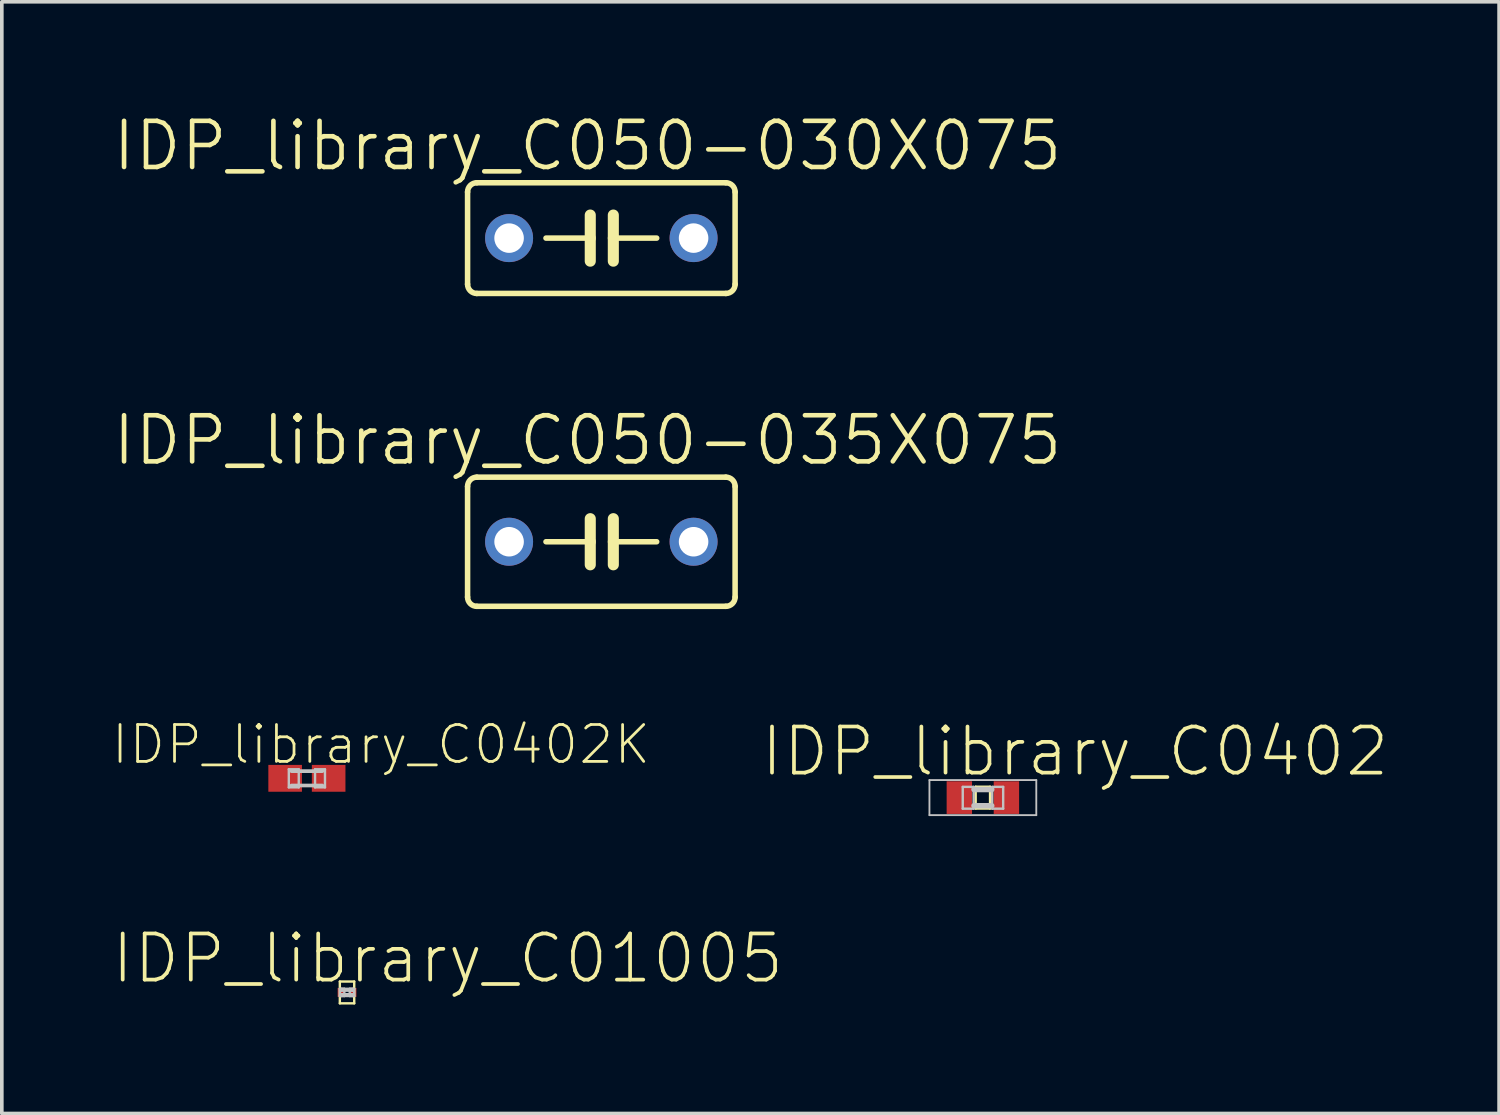
<source format=kicad_pcb>
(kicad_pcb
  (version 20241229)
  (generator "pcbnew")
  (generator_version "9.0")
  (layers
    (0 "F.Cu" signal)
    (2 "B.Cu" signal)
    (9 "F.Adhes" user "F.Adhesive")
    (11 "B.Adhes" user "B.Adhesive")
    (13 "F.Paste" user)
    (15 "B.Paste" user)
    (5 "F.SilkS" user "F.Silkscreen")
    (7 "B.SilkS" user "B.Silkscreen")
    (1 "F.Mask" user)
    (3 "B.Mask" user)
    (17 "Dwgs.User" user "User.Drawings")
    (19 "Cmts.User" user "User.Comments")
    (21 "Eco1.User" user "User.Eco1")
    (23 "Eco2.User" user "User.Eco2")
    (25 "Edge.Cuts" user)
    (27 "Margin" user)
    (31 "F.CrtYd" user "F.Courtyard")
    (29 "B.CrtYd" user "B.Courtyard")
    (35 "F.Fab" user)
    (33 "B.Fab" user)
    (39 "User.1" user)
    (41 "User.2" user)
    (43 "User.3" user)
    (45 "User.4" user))
  (footprint "IDP_library_C050-030X075"
    (layer "F.Cu")
    (at 13.507 3.506)
    (property "Reference" "IDP_library_C050-030X075" (at -0.381 -2.54 0) (layer "F.SilkS") (effects (font (size 1.27 1.27) (thickness 0.127))))
    (attr exclude_from_pos_files exclude_from_bom)
    (fp_line (start -3.683 -1.27) (end -3.683 1.27) (stroke (width 0.152) (type solid)) (layer "F.SilkS"))
    (fp_line (start -3.429 1.524) (end 3.429 1.524) (stroke (width 0.152) (type solid)) (layer "F.SilkS"))
    (fp_line (start -0.305 -0.635) (end -0.305 0) (stroke (width 0.305) (type solid)) (layer "F.SilkS"))
    (fp_line (start -0.305 0) (end -1.524 0) (stroke (width 0.152) (type solid)) (layer "F.SilkS"))
    (fp_line (start -0.305 0) (end -0.305 0.635) (stroke (width 0.305) (type solid)) (layer "F.SilkS"))
    (fp_line (start 0.33 -0.635) (end 0.33 0) (stroke (width 0.305) (type solid)) (layer "F.SilkS"))
    (fp_line (start 0.33 0) (end 0.33 0.635) (stroke (width 0.305) (type solid)) (layer "F.SilkS"))
    (fp_line (start 0.33 0) (end 1.524 0) (stroke (width 0.152) (type solid)) (layer "F.SilkS"))
    (fp_line (start 3.429 -1.524) (end -3.429 -1.524) (stroke (width 0.152) (type solid)) (layer "F.SilkS"))
    (fp_line (start 3.683 1.27) (end 3.683 -1.27) (stroke (width 0.152) (type solid)) (layer "F.SilkS"))
    (fp_arc (start -3.683 -1.27) (mid -3.608605 -1.449605) (end -3.429 -1.524) (stroke (width 0.1524) (type solid)) (layer "F.SilkS"))
    (fp_arc (start -3.429 1.524) (mid -3.608605 1.449605) (end -3.683 1.27) (stroke (width 0.1524) (type solid)) (layer "F.SilkS"))
    (fp_arc (start 3.429 -1.524) (mid 3.608605 -1.449605) (end 3.683 -1.27) (stroke (width 0.1524) (type solid)) (layer "F.SilkS"))
    (fp_arc (start 3.683 1.27) (mid 3.608605 1.449605) (end 3.429 1.524) (stroke (width 0.1524) (type solid)) (layer "F.SilkS"))
    (pad "1" thru_hole circle (at -2.54 0) (size 1.321 1.321) (drill 0.813) (layers "*.Cu" "*.Paste" "*.Mask"))
    (pad "2" thru_hole circle (at 2.54 0) (size 1.321 1.321) (drill 0.813) (layers "*.Cu" "*.Paste" "*.Mask")))
  (footprint "IDP_library_C0402K"
    (layer "F.Cu")
    (at 5.4 18.38)
    (property "Reference" "IDP_library_C0402K" (at 2.04 -0.932 0) (layer "F.SilkS") (effects (font (size 1.016 1.016) (thickness 0.076))))
    (attr smd)
    (fp_line (start -0.498 -0.249) (end -0.224 -0.249) (stroke (width 0.066) (type solid)) (layer "Dwgs.User"))
    (fp_line (start -0.498 0.249) (end -0.498 -0.249) (stroke (width 0.066) (type solid)) (layer "Dwgs.User"))
    (fp_line (start -0.498 0.249) (end -0.224 0.249) (stroke (width 0.066) (type solid)) (layer "Dwgs.User"))
    (fp_line (start -0.424 -0.198) (end 0.424 -0.198) (stroke (width 0.102) (type solid)) (layer "Dwgs.User"))
    (fp_line (start -0.224 0.249) (end -0.224 -0.249) (stroke (width 0.066) (type solid)) (layer "Dwgs.User"))
    (fp_line (start 0.224 -0.249) (end 0.498 -0.249) (stroke (width 0.066) (type solid)) (layer "Dwgs.User"))
    (fp_line (start 0.224 0.249) (end 0.224 -0.249) (stroke (width 0.066) (type solid)) (layer "Dwgs.User"))
    (fp_line (start 0.224 0.249) (end 0.498 0.249) (stroke (width 0.066) (type solid)) (layer "Dwgs.User"))
    (fp_line (start 0.424 0.198) (end -0.424 0.198) (stroke (width 0.102) (type solid)) (layer "Dwgs.User"))
    (fp_line (start 0.498 0.249) (end 0.498 -0.249) (stroke (width 0.066) (type solid)) (layer "Dwgs.User"))
    (pad "1" smd rect (at -0.599 0) (size 0.925 0.739) (layers "F.Cu" "F.Mask" "F.Paste"))
    (pad "2" smd rect (at 0.599 0) (size 0.925 0.739) (layers "F.Cu" "F.Mask" "F.Paste")))
  (footprint "IDP_library_C050-035X075"
    (layer "F.Cu")
    (at 13.507 11.866)
    (property "Reference" "IDP_library_C050-035X075" (at -0.381 -2.794 0) (layer "F.SilkS") (effects (font (size 1.27 1.27) (thickness 0.127))))
    (attr exclude_from_pos_files exclude_from_bom)
    (fp_line (start -3.683 -1.524) (end -3.683 1.524) (stroke (width 0.152) (type solid)) (layer "F.SilkS"))
    (fp_line (start -3.429 1.778) (end 3.429 1.778) (stroke (width 0.152) (type solid)) (layer "F.SilkS"))
    (fp_line (start -0.305 -0.635) (end -0.305 0) (stroke (width 0.305) (type solid)) (layer "F.SilkS"))
    (fp_line (start -0.305 0) (end -1.524 0) (stroke (width 0.152) (type solid)) (layer "F.SilkS"))
    (fp_line (start -0.305 0) (end -0.305 0.635) (stroke (width 0.305) (type solid)) (layer "F.SilkS"))
    (fp_line (start 0.33 -0.635) (end 0.33 0) (stroke (width 0.305) (type solid)) (layer "F.SilkS"))
    (fp_line (start 0.33 0) (end 0.33 0.635) (stroke (width 0.305) (type solid)) (layer "F.SilkS"))
    (fp_line (start 0.33 0) (end 1.524 0) (stroke (width 0.152) (type solid)) (layer "F.SilkS"))
    (fp_line (start 3.429 -1.778) (end -3.429 -1.778) (stroke (width 0.152) (type solid)) (layer "F.SilkS"))
    (fp_line (start 3.683 1.524) (end 3.683 -1.524) (stroke (width 0.152) (type solid)) (layer "F.SilkS"))
    (fp_arc (start -3.683 -1.524) (mid -3.608605 -1.703605) (end -3.429 -1.778) (stroke (width 0.1524) (type solid)) (layer "F.SilkS"))
    (fp_arc (start -3.429 1.778) (mid -3.608605 1.703605) (end -3.683 1.524) (stroke (width 0.1524) (type solid)) (layer "F.SilkS"))
    (fp_arc (start 3.429 -1.778) (mid 3.608605 -1.703605) (end 3.683 -1.524) (stroke (width 0.1524) (type solid)) (layer "F.SilkS"))
    (fp_arc (start 3.683 1.524) (mid 3.608605 1.703605) (end 3.429 1.778) (stroke (width 0.1524) (type solid)) (layer "F.SilkS"))
    (pad "1" thru_hole circle (at -2.54 0) (size 1.321 1.321) (drill 0.813) (layers "*.Cu" "*.Paste" "*.Mask"))
    (pad "2" thru_hole circle (at 2.54 0) (size 1.321 1.321) (drill 0.813) (layers "*.Cu" "*.Paste" "*.Mask")))
  (footprint "IDP_library_C01005"
    (layer "F.Cu")
    (at 6.505 24.275)
    (property "Reference" "IDP_library_C01005" (at 2.774 -0.935 0) (layer "F.SilkS") (effects (font (size 1.27 1.27) (thickness 0.102))))
    (attr smd)
    (fp_line (start -0.198 -0.3) (end 0.198 -0.3) (stroke (width 0.066) (type solid)) (layer "F.SilkS"))
    (fp_line (start -0.198 0.3) (end -0.198 -0.3) (stroke (width 0.066) (type solid)) (layer "F.SilkS"))
    (fp_line (start -0.198 0.3) (end 0.198 0.3) (stroke (width 0.066) (type solid)) (layer "F.SilkS"))
    (fp_line (start 0.198 0.3) (end 0.198 -0.3) (stroke (width 0.066) (type solid)) (layer "F.SilkS"))
    (fp_line (start -0.198 -0.099) (end -0.074 -0.099) (stroke (width 0.066) (type solid)) (layer "Dwgs.User"))
    (fp_line (start -0.198 0.099) (end -0.198 -0.099) (stroke (width 0.066) (type solid)) (layer "Dwgs.User"))
    (fp_line (start -0.198 0.099) (end -0.074 0.099) (stroke (width 0.066) (type solid)) (layer "Dwgs.User"))
    (fp_line (start -0.15 -0.099) (end 0.15 -0.099) (stroke (width 0.066) (type solid)) (layer "Dwgs.User"))
    (fp_line (start -0.15 -0.048) (end -0.15 -0.099) (stroke (width 0.066) (type solid)) (layer "Dwgs.User"))
    (fp_line (start -0.15 -0.048) (end 0.15 -0.048) (stroke (width 0.066) (type solid)) (layer "Dwgs.User"))
    (fp_line (start -0.15 0.048) (end 0.15 0.048) (stroke (width 0.066) (type solid)) (layer "Dwgs.User"))
    (fp_line (start -0.15 0.099) (end -0.15 0.048) (stroke (width 0.066) (type solid)) (layer "Dwgs.User"))
    (fp_line (start -0.15 0.099) (end 0.15 0.099) (stroke (width 0.066) (type solid)) (layer "Dwgs.User"))
    (fp_line (start -0.074 0.099) (end -0.074 -0.099) (stroke (width 0.066) (type solid)) (layer "Dwgs.User"))
    (fp_line (start 0.074 -0.099) (end 0.198 -0.099) (stroke (width 0.066) (type solid)) (layer "Dwgs.User"))
    (fp_line (start 0.074 0.099) (end 0.074 -0.099) (stroke (width 0.066) (type solid)) (layer "Dwgs.User"))
    (fp_line (start 0.074 0.099) (end 0.198 0.099) (stroke (width 0.066) (type solid)) (layer "Dwgs.User"))
    (fp_line (start 0.15 -0.048) (end 0.15 -0.099) (stroke (width 0.066) (type solid)) (layer "Dwgs.User"))
    (fp_line (start 0.15 0.099) (end 0.15 0.048) (stroke (width 0.066) (type solid)) (layer "Dwgs.User"))
    (fp_line (start 0.198 0.099) (end 0.198 -0.099) (stroke (width 0.066) (type solid)) (layer "Dwgs.User"))
    (pad "1" smd rect (at -0.16 0) (size 0.198 0.249) (layers "F.Cu" "F.Mask" "F.Paste"))
    (pad "2" smd rect (at 0.16 0) (size 0.198 0.249) (layers "F.Cu" "F.Mask" "F.Paste")))
  (footprint "IDP_library_C0402"
    (layer "F.Cu")
    (at 24.012 18.911)
    (property "Reference" "IDP_library_C0402" (at 2.54 -1.27 0) (layer "F.SilkS") (effects (font (size 1.27 1.27) (thickness 0.102))))
    (attr smd)
    (fp_line (start -0.198 -0.3) (end 0.198 -0.3) (stroke (width 0.066) (type solid)) (layer "F.SilkS"))
    (fp_line (start -0.198 0.3) (end -0.198 -0.3) (stroke (width 0.066) (type solid)) (layer "F.SilkS"))
    (fp_line (start -0.198 0.3) (end 0.198 0.3) (stroke (width 0.066) (type solid)) (layer "F.SilkS"))
    (fp_line (start 0.198 0.3) (end 0.198 -0.3) (stroke (width 0.066) (type solid)) (layer "F.SilkS"))
    (fp_line (start -1.471 -0.483) (end 1.471 -0.483) (stroke (width 0.051) (type solid)) (layer "Dwgs.User"))
    (fp_line (start -1.471 0.483) (end -1.471 -0.483) (stroke (width 0.051) (type solid)) (layer "Dwgs.User"))
    (fp_line (start -0.554 -0.295) (end -0.254 -0.295) (stroke (width 0.066) (type solid)) (layer "Dwgs.User"))
    (fp_line (start -0.554 0.305) (end -0.554 -0.295) (stroke (width 0.066) (type solid)) (layer "Dwgs.User"))
    (fp_line (start -0.554 0.305) (end -0.254 0.305) (stroke (width 0.066) (type solid)) (layer "Dwgs.User"))
    (fp_line (start -0.254 0.305) (end -0.254 -0.295) (stroke (width 0.066) (type solid)) (layer "Dwgs.User"))
    (fp_line (start -0.244 -0.224) (end 0.244 -0.224) (stroke (width 0.152) (type solid)) (layer "Dwgs.User"))
    (fp_line (start 0.244 0.224) (end -0.244 0.224) (stroke (width 0.152) (type solid)) (layer "Dwgs.User"))
    (fp_line (start 0.257 -0.295) (end 0.559 -0.295) (stroke (width 0.066) (type solid)) (layer "Dwgs.User"))
    (fp_line (start 0.257 0.305) (end 0.257 -0.295) (stroke (width 0.066) (type solid)) (layer "Dwgs.User"))
    (fp_line (start 0.257 0.305) (end 0.559 0.305) (stroke (width 0.066) (type solid)) (layer "Dwgs.User"))
    (fp_line (start 0.559 0.305) (end 0.559 -0.295) (stroke (width 0.066) (type solid)) (layer "Dwgs.User"))
    (fp_line (start 1.471 -0.483) (end 1.471 0.483) (stroke (width 0.051) (type solid)) (layer "Dwgs.User"))
    (fp_line (start 1.471 0.483) (end -1.471 0.483) (stroke (width 0.051) (type solid)) (layer "Dwgs.User"))
    (pad "1" smd rect (at -0.648 0) (size 0.699 0.899) (layers "F.Cu" "F.Mask" "F.Paste"))
    (pad "2" smd rect (at 0.648 0) (size 0.699 0.899) (layers "F.Cu" "F.Mask" "F.Paste")))
  (gr_rect
    (start -3 -3)
    (end 38.225 27.608)
    (stroke (width 0.1) (type default))
    (fill no)
    (layer "Edge.Cuts")))
</source>
